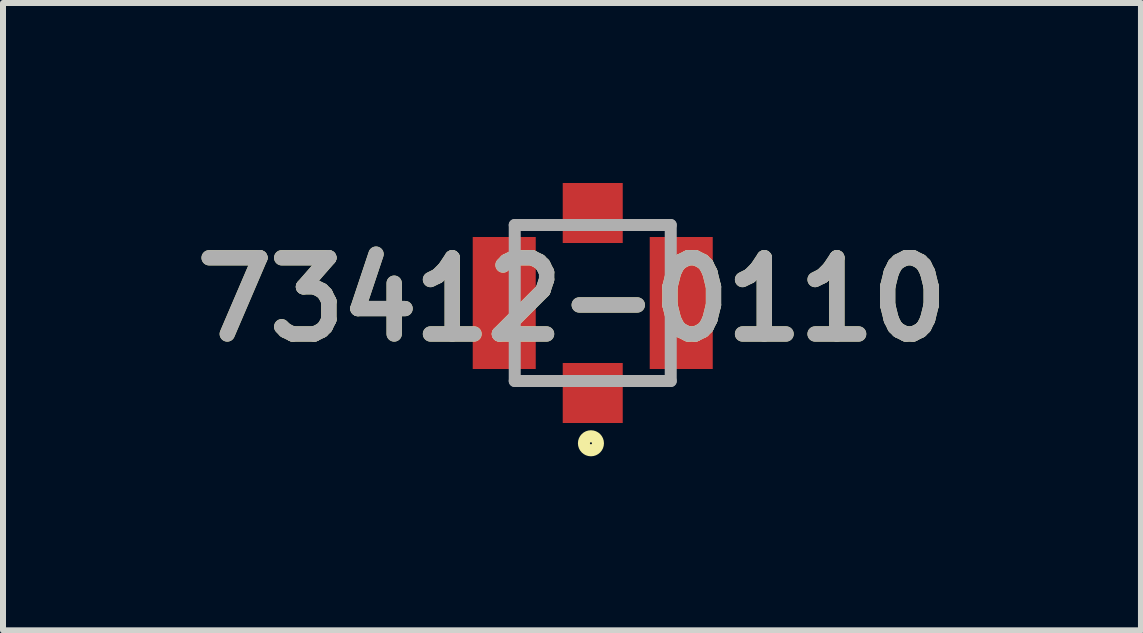
<source format=kicad_pcb>
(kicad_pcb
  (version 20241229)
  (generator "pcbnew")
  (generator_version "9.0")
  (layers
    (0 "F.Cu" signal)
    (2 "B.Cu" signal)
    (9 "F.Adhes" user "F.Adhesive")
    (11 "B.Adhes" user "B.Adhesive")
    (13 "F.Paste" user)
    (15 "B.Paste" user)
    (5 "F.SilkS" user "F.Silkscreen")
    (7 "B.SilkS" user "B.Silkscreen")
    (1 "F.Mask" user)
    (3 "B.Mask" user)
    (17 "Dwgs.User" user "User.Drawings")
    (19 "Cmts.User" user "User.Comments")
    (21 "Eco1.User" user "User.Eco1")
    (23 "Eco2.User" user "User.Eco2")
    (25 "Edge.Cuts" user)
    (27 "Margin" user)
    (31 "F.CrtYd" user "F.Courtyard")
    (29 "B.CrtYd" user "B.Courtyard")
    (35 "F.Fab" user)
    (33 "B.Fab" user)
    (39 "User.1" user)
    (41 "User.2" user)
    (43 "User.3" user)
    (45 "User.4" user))
  (footprint "73412-0110"
    (layer "F.Cu")
    (at 6.829 2)
    (property "Reference" "73412-0110" (at -0.346 -0.058 0) (layer "F.SilkS") (effects (font (size 1.27 1.27) (thickness 0.254))))
    (attr smd)
    (fp_circle (center -0.03 2.338) (end -0.03 2.355) (stroke (width 0.2) (type solid)) (fill no) (layer "F.SilkS"))
    (fp_line (start -1.3 -1.3) (end 1.3 -1.3) (stroke (width 0.2) (type solid)) (layer "F.Fab"))
    (fp_line (start -1.3 1.3) (end -1.3 -1.3) (stroke (width 0.2) (type solid)) (layer "F.Fab"))
    (fp_line (start 1.3 -1.3) (end 1.3 1.3) (stroke (width 0.2) (type solid)) (layer "F.Fab"))
    (fp_line (start 1.3 1.3) (end -1.3 1.3) (stroke (width 0.2) (type solid)) (layer "F.Fab"))
    (fp_text user "${REFERENCE}" (at -0.346 -0.058 0) (layer "F.Fab") (effects (font (size 1.27 1.27) (thickness 0.254))))
    (pad "1" smd rect (at 0 1.5 90) (size 1 1) (layers "F.Cu" "F.Mask" "F.Paste"))
    (pad "2" smd rect (at 0 -1.5 90) (size 1 1) (layers "F.Cu" "F.Mask" "F.Paste"))
    (pad "3" smd rect (at -1.475 0) (size 1.05 2.2) (layers "F.Cu" "F.Mask" "F.Paste"))
    (pad "4" smd rect (at 1.475 0) (size 1.05 2.2) (layers "F.Cu" "F.Mask" "F.Paste")))
  (gr_rect
    (start -3 -3)
    (end 15.966 7.455)
    (stroke (width 0.1) (type default))
    (fill no)
    (layer "Edge.Cuts")))
</source>
